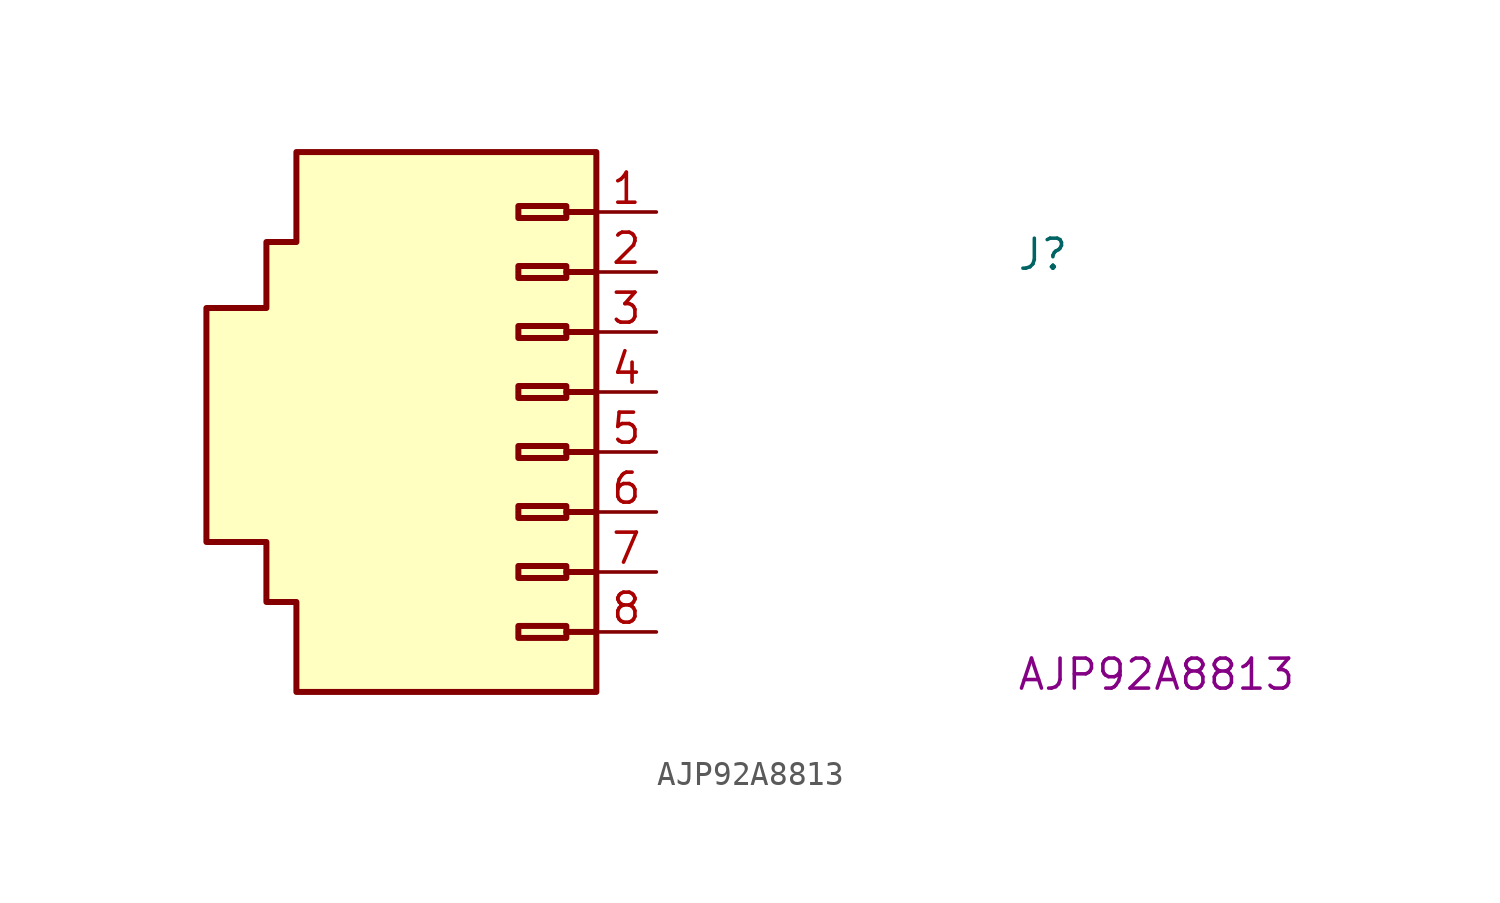
<source format=kicad_sym>
(kicad_symbol_lib
  (version 20220914)
  (generator kicad_symbol_editor)
  (symbol "AJP92A8813"
    (property "Reference" "J"
      (at 15.24 -2.54 0)
      (effects (font (size 1.27 1.27) (thickness 0.15)) (justify left bottom)))
    (property "MPN" "AJP92A8813"
      (at 15.24 -20.32 0)
      (effects (font (size 1.27 1.27) (thickness 0.15)) (justify left bottom)))
    (symbol "AJP92A8813_1_1"
      (rectangle (start -3.81 -17.526) (end -5.842 -18.034) (stroke (width 0.254) (type default)) (fill (type background)))
      (rectangle (start -3.81 -14.986) (end -5.842 -15.494) (stroke (width 0.254) (type default)) (fill (type background)))
      (rectangle (start -3.81 -12.446) (end -5.842 -12.954) (stroke (width 0.254) (type default)) (fill (type background)))
      (rectangle (start -3.81 -9.906) (end -5.842 -10.414) (stroke (width 0.254) (type default)) (fill (type background)))
      (rectangle (start -3.81 -7.366) (end -5.842 -7.874) (stroke (width 0.254) (type default)) (fill (type background)))
      (rectangle (start -3.81 -4.826) (end -5.842 -5.334) (stroke (width 0.254) (type default)) (fill (type background)))
      (rectangle (start -3.81 -2.286) (end -5.842 -2.794) (stroke (width 0.254) (type default)) (fill (type background)))
      (rectangle (start -3.81 0.254) (end -5.842 -0.254) (stroke (width 0.254) (type default)) (fill (type background)))
      (polyline (pts (xy -2.54 -17.78) (xy -3.81 -17.78)) (stroke (width 0.254) (type default)) (fill (type background)))
      (polyline (pts (xy -2.54 -15.24) (xy -3.81 -15.24)) (stroke (width 0.254) (type default)) (fill (type background)))
      (polyline (pts (xy -2.54 -12.7) (xy -3.81 -12.7)) (stroke (width 0.254) (type default)) (fill (type background)))
      (polyline (pts (xy -2.54 -10.16) (xy -3.81 -10.16)) (stroke (width 0.254) (type default)) (fill (type background)))
      (polyline (pts (xy -2.54 -7.62) (xy -3.81 -7.62)) (stroke (width 0.254) (type default)) (fill (type background)))
      (polyline (pts (xy -2.54 -5.08) (xy -3.81 -5.08)) (stroke (width 0.254) (type default)) (fill (type background)))
      (polyline (pts (xy -2.54 -2.54) (xy -3.81 -2.54)) (stroke (width 0.254) (type default)) (fill (type background)))
      (polyline (pts (xy -2.54 0) (xy -3.81 0)) (stroke (width 0.254) (type default)) (fill (type background)))
      (polyline (pts (xy -2.54 2.54) (xy -2.54 -20.32) (xy -15.24 -20.32) (xy -15.24 -16.51) (xy -16.51 -16.51) (xy -16.51 -13.97) (xy -19.05 -13.97) (xy -19.05 -4.064) (xy -16.51 -4.064) (xy -16.51 -1.27) (xy -15.24 -1.27) (xy -15.24 2.54) (xy -2.54 2.54)) (stroke (width 0.254) (type default)) (fill (type background)))
      (pin passive line (at 0 0 180) (length 2.54) (name "~" (effects (font (size 1.27 1.27)))) (number "1" (effects (font (size 1.27 1.27)))))
      (pin passive line (at 0 -2.54 180) (length 2.54) (name "~" (effects (font (size 1.27 1.27)))) (number "2" (effects (font (size 1.27 1.27)))))
      (pin passive line (at 0 -5.08 180) (length 2.54) (name "~" (effects (font (size 1.27 1.27)))) (number "3" (effects (font (size 1.27 1.27)))))
      (pin passive line (at 0 -7.62 180) (length 2.54) (name "~" (effects (font (size 1.27 1.27)))) (number "4" (effects (font (size 1.27 1.27)))))
      (pin passive line (at 0 -10.16 180) (length 2.54) (name "~" (effects (font (size 1.27 1.27)))) (number "5" (effects (font (size 1.27 1.27)))))
      (pin passive line (at 0 -12.7 180) (length 2.54) (name "~" (effects (font (size 1.27 1.27)))) (number "6" (effects (font (size 1.27 1.27)))))
      (pin passive line (at 0 -15.24 180) (length 2.54) (name "~" (effects (font (size 1.27 1.27)))) (number "7" (effects (font (size 1.27 1.27)))))
      (pin passive line (at 0 -17.78 180) (length 2.54) (name "~" (effects (font (size 1.27 1.27)))) (number "8" (effects (font (size 1.27 1.27))))))))
</source>
